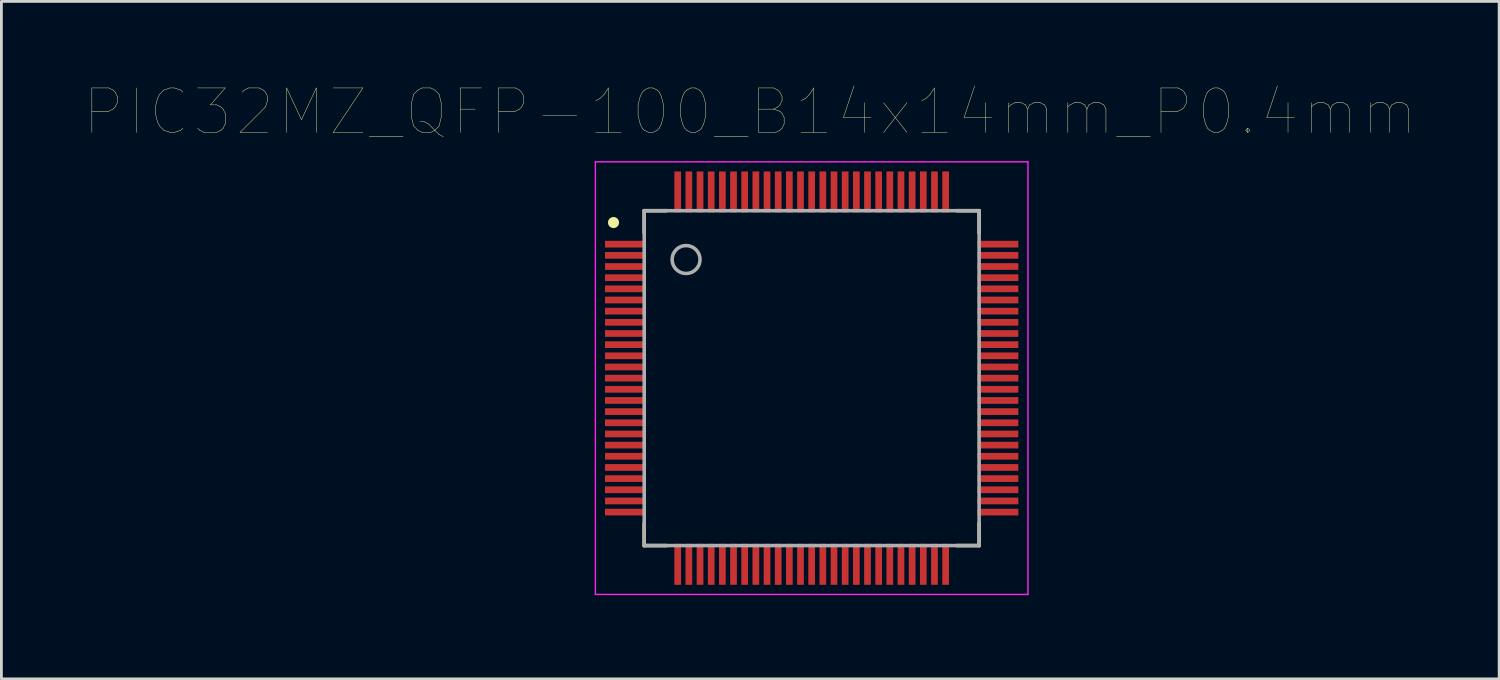
<source format=kicad_pcb>
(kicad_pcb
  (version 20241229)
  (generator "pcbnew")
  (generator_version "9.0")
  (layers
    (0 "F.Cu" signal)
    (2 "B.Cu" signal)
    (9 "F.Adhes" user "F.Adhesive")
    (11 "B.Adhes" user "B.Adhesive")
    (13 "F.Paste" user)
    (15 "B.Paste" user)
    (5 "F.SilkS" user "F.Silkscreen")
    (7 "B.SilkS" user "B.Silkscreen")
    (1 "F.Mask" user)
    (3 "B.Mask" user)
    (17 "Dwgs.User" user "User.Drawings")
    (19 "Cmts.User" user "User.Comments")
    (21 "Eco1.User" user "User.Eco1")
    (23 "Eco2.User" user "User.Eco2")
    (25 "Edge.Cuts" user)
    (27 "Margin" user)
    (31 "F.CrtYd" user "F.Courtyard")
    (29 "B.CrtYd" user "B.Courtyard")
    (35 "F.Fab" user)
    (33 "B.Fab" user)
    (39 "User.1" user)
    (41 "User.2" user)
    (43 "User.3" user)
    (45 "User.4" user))
  (footprint "PIC32MZ_QFP-100_B14x14mm_P0.4mm"
    (layer "F.Cu")
    (at 26.033 10.499)
    (property "Reference" "PIC32MZ_QFP-100_B14x14mm_P0.4mm" (at -2.2 -9.541 0) (layer "F.SilkS") (effects (font (size 1.593 1.593) (thickness 0.015))))
    (attr through_hole)
    (fp_line (start -6 -6) (end -6 -5.2) (stroke (width 0.127) (type solid)) (layer "F.SilkS"))
    (fp_line (start -6 -6) (end -5.2 -6) (stroke (width 0.127) (type solid)) (layer "F.SilkS"))
    (fp_line (start -6 6) (end -6 5.2) (stroke (width 0.127) (type solid)) (layer "F.SilkS"))
    (fp_line (start -6 6) (end -5.2 6) (stroke (width 0.127) (type solid)) (layer "F.SilkS"))
    (fp_line (start 6 -6) (end 5.2 -6) (stroke (width 0.127) (type solid)) (layer "F.SilkS"))
    (fp_line (start 6 -6) (end 6 -5.2) (stroke (width 0.127) (type solid)) (layer "F.SilkS"))
    (fp_line (start 6 6) (end 5.2 6) (stroke (width 0.127) (type solid)) (layer "F.SilkS"))
    (fp_line (start 6 6) (end 6 5.2) (stroke (width 0.127) (type solid)) (layer "F.SilkS"))
    (fp_circle (center -7.1 -5.575) (end -7 -5.575) (stroke (width 0.2) (type solid)) (fill no) (layer "F.SilkS"))
    (fp_line (start -7.75 -7.75) (end 7.75 -7.75) (stroke (width 0.05) (type solid)) (layer "F.CrtYd"))
    (fp_line (start -7.75 7.75) (end -7.75 -7.75) (stroke (width 0.05) (type solid)) (layer "F.CrtYd"))
    (fp_line (start 7.75 -7.75) (end 7.75 7.75) (stroke (width 0.05) (type solid)) (layer "F.CrtYd"))
    (fp_line (start 7.75 7.75) (end -7.75 7.75) (stroke (width 0.05) (type solid)) (layer "F.CrtYd"))
    (fp_line (start -6 -6) (end -6 6) (stroke (width 0.127) (type solid)) (layer "F.Fab"))
    (fp_line (start -6 6) (end 6 6) (stroke (width 0.127) (type solid)) (layer "F.Fab"))
    (fp_line (start 6 -6) (end -6 -6) (stroke (width 0.127) (type solid)) (layer "F.Fab"))
    (fp_line (start 6 6) (end 6 -6) (stroke (width 0.127) (type solid)) (layer "F.Fab"))
    (fp_circle (center -4.5 -4.25) (end -4 -4.25) (stroke (width 0.127) (type solid)) (fill no) (layer "F.Fab"))
    (pad "1" smd rect (at -6.67 -4.8) (size 1.47 0.24) (layers "F.Cu" "F.Mask" "F.Paste"))
    (pad "2" smd rect (at -6.67 -4.4) (size 1.47 0.24) (layers "F.Cu" "F.Mask" "F.Paste"))
    (pad "3" smd rect (at -6.67 -4) (size 1.47 0.24) (layers "F.Cu" "F.Mask" "F.Paste"))
    (pad "4" smd rect (at -6.67 -3.6) (size 1.47 0.24) (layers "F.Cu" "F.Mask" "F.Paste"))
    (pad "5" smd rect (at -6.67 -3.2) (size 1.47 0.24) (layers "F.Cu" "F.Mask" "F.Paste"))
    (pad "6" smd rect (at -6.67 -2.8) (size 1.47 0.24) (layers "F.Cu" "F.Mask" "F.Paste"))
    (pad "7" smd rect (at -6.67 -2.4) (size 1.47 0.24) (layers "F.Cu" "F.Mask" "F.Paste"))
    (pad "8" smd rect (at -6.67 -2) (size 1.47 0.24) (layers "F.Cu" "F.Mask" "F.Paste"))
    (pad "9" smd rect (at -6.67 -1.6) (size 1.47 0.24) (layers "F.Cu" "F.Mask" "F.Paste"))
    (pad "10" smd rect (at -6.67 -1.2) (size 1.47 0.24) (layers "F.Cu" "F.Mask" "F.Paste"))
    (pad "11" smd rect (at -6.67 -0.8) (size 1.47 0.24) (layers "F.Cu" "F.Mask" "F.Paste"))
    (pad "12" smd rect (at -6.67 -0.4) (size 1.47 0.24) (layers "F.Cu" "F.Mask" "F.Paste"))
    (pad "13" smd rect (at -6.67 0) (size 1.47 0.24) (layers "F.Cu" "F.Mask" "F.Paste"))
    (pad "14" smd rect (at -6.67 0.4) (size 1.47 0.24) (layers "F.Cu" "F.Mask" "F.Paste"))
    (pad "15" smd rect (at -6.67 0.8) (size 1.47 0.24) (layers "F.Cu" "F.Mask" "F.Paste"))
    (pad "16" smd rect (at -6.67 1.2) (size 1.47 0.24) (layers "F.Cu" "F.Mask" "F.Paste"))
    (pad "17" smd rect (at -6.67 1.6) (size 1.47 0.24) (layers "F.Cu" "F.Mask" "F.Paste"))
    (pad "18" smd rect (at -6.67 2) (size 1.47 0.24) (layers "F.Cu" "F.Mask" "F.Paste"))
    (pad "19" smd rect (at -6.67 2.4) (size 1.47 0.24) (layers "F.Cu" "F.Mask" "F.Paste"))
    (pad "20" smd rect (at -6.67 2.8) (size 1.47 0.24) (layers "F.Cu" "F.Mask" "F.Paste"))
    (pad "21" smd rect (at -6.67 3.2) (size 1.47 0.24) (layers "F.Cu" "F.Mask" "F.Paste"))
    (pad "22" smd rect (at -6.67 3.6) (size 1.47 0.24) (layers "F.Cu" "F.Mask" "F.Paste"))
    (pad "23" smd rect (at -6.67 4) (size 1.47 0.24) (layers "F.Cu" "F.Mask" "F.Paste"))
    (pad "24" smd rect (at -6.67 4.4) (size 1.47 0.24) (layers "F.Cu" "F.Mask" "F.Paste"))
    (pad "25" smd rect (at -6.67 4.8) (size 1.47 0.24) (layers "F.Cu" "F.Mask" "F.Paste"))
    (pad "26" smd rect (at -4.8 6.67) (size 0.24 1.47) (layers "F.Cu" "F.Mask" "F.Paste"))
    (pad "27" smd rect (at -4.4 6.67) (size 0.24 1.47) (layers "F.Cu" "F.Mask" "F.Paste"))
    (pad "28" smd rect (at -4 6.67) (size 0.24 1.47) (layers "F.Cu" "F.Mask" "F.Paste"))
    (pad "29" smd rect (at -3.6 6.67) (size 0.24 1.47) (layers "F.Cu" "F.Mask" "F.Paste"))
    (pad "30" smd rect (at -3.2 6.67) (size 0.24 1.47) (layers "F.Cu" "F.Mask" "F.Paste"))
    (pad "31" smd rect (at -2.8 6.67) (size 0.24 1.47) (layers "F.Cu" "F.Mask" "F.Paste"))
    (pad "32" smd rect (at -2.4 6.67) (size 0.24 1.47) (layers "F.Cu" "F.Mask" "F.Paste"))
    (pad "33" smd rect (at -2 6.67) (size 0.24 1.47) (layers "F.Cu" "F.Mask" "F.Paste"))
    (pad "34" smd rect (at -1.6 6.67) (size 0.24 1.47) (layers "F.Cu" "F.Mask" "F.Paste"))
    (pad "35" smd rect (at -1.2 6.67) (size 0.24 1.47) (layers "F.Cu" "F.Mask" "F.Paste"))
    (pad "36" smd rect (at -0.8 6.67) (size 0.24 1.47) (layers "F.Cu" "F.Mask" "F.Paste"))
    (pad "37" smd rect (at -0.4 6.67) (size 0.24 1.47) (layers "F.Cu" "F.Mask" "F.Paste"))
    (pad "38" smd rect (at 0 6.67) (size 0.24 1.47) (layers "F.Cu" "F.Mask" "F.Paste"))
    (pad "39" smd rect (at 0.4 6.67) (size 0.24 1.47) (layers "F.Cu" "F.Mask" "F.Paste"))
    (pad "40" smd rect (at 0.8 6.67) (size 0.24 1.47) (layers "F.Cu" "F.Mask" "F.Paste"))
    (pad "41" smd rect (at 1.2 6.67) (size 0.24 1.47) (layers "F.Cu" "F.Mask" "F.Paste"))
    (pad "42" smd rect (at 1.6 6.67) (size 0.24 1.47) (layers "F.Cu" "F.Mask" "F.Paste"))
    (pad "43" smd rect (at 2 6.67) (size 0.24 1.47) (layers "F.Cu" "F.Mask" "F.Paste"))
    (pad "44" smd rect (at 2.4 6.67) (size 0.24 1.47) (layers "F.Cu" "F.Mask" "F.Paste"))
    (pad "45" smd rect (at 2.8 6.67) (size 0.24 1.47) (layers "F.Cu" "F.Mask" "F.Paste"))
    (pad "46" smd rect (at 3.2 6.67) (size 0.24 1.47) (layers "F.Cu" "F.Mask" "F.Paste"))
    (pad "47" smd rect (at 3.6 6.67) (size 0.24 1.47) (layers "F.Cu" "F.Mask" "F.Paste"))
    (pad "48" smd rect (at 4 6.67) (size 0.24 1.47) (layers "F.Cu" "F.Mask" "F.Paste"))
    (pad "49" smd rect (at 4.4 6.67) (size 0.24 1.47) (layers "F.Cu" "F.Mask" "F.Paste"))
    (pad "50" smd rect (at 4.8 6.67) (size 0.24 1.47) (layers "F.Cu" "F.Mask" "F.Paste"))
    (pad "51" smd rect (at 6.67 4.8) (size 1.47 0.24) (layers "F.Cu" "F.Mask" "F.Paste"))
    (pad "52" smd rect (at 6.67 4.4) (size 1.47 0.24) (layers "F.Cu" "F.Mask" "F.Paste"))
    (pad "53" smd rect (at 6.67 4) (size 1.47 0.24) (layers "F.Cu" "F.Mask" "F.Paste"))
    (pad "54" smd rect (at 6.67 3.6) (size 1.47 0.24) (layers "F.Cu" "F.Mask" "F.Paste"))
    (pad "55" smd rect (at 6.67 3.2) (size 1.47 0.24) (layers "F.Cu" "F.Mask" "F.Paste"))
    (pad "56" smd rect (at 6.67 2.8) (size 1.47 0.24) (layers "F.Cu" "F.Mask" "F.Paste"))
    (pad "57" smd rect (at 6.67 2.4) (size 1.47 0.24) (layers "F.Cu" "F.Mask" "F.Paste"))
    (pad "58" smd rect (at 6.67 2) (size 1.47 0.24) (layers "F.Cu" "F.Mask" "F.Paste"))
    (pad "59" smd rect (at 6.67 1.6) (size 1.47 0.24) (layers "F.Cu" "F.Mask" "F.Paste"))
    (pad "60" smd rect (at 6.67 1.2) (size 1.47 0.24) (layers "F.Cu" "F.Mask" "F.Paste"))
    (pad "61" smd rect (at 6.67 0.8) (size 1.47 0.24) (layers "F.Cu" "F.Mask" "F.Paste"))
    (pad "62" smd rect (at 6.67 0.4) (size 1.47 0.24) (layers "F.Cu" "F.Mask" "F.Paste"))
    (pad "63" smd rect (at 6.67 0) (size 1.47 0.24) (layers "F.Cu" "F.Mask" "F.Paste"))
    (pad "64" smd rect (at 6.67 -0.4) (size 1.47 0.24) (layers "F.Cu" "F.Mask" "F.Paste"))
    (pad "65" smd rect (at 6.67 -0.8) (size 1.47 0.24) (layers "F.Cu" "F.Mask" "F.Paste"))
    (pad "66" smd rect (at 6.67 -1.2) (size 1.47 0.24) (layers "F.Cu" "F.Mask" "F.Paste"))
    (pad "67" smd rect (at 6.67 -1.6) (size 1.47 0.24) (layers "F.Cu" "F.Mask" "F.Paste"))
    (pad "68" smd rect (at 6.67 -2) (size 1.47 0.24) (layers "F.Cu" "F.Mask" "F.Paste"))
    (pad "69" smd rect (at 6.67 -2.4) (size 1.47 0.24) (layers "F.Cu" "F.Mask" "F.Paste"))
    (pad "70" smd rect (at 6.67 -2.8) (size 1.47 0.24) (layers "F.Cu" "F.Mask" "F.Paste"))
    (pad "71" smd rect (at 6.67 -3.2) (size 1.47 0.24) (layers "F.Cu" "F.Mask" "F.Paste"))
    (pad "72" smd rect (at 6.67 -3.6) (size 1.47 0.24) (layers "F.Cu" "F.Mask" "F.Paste"))
    (pad "73" smd rect (at 6.67 -4) (size 1.47 0.24) (layers "F.Cu" "F.Mask" "F.Paste"))
    (pad "74" smd rect (at 6.67 -4.4) (size 1.47 0.24) (layers "F.Cu" "F.Mask" "F.Paste"))
    (pad "75" smd rect (at 6.67 -4.8) (size 1.47 0.24) (layers "F.Cu" "F.Mask" "F.Paste"))
    (pad "76" smd rect (at 4.8 -6.67) (size 0.24 1.47) (layers "F.Cu" "F.Mask" "F.Paste"))
    (pad "77" smd rect (at 4.4 -6.67) (size 0.24 1.47) (layers "F.Cu" "F.Mask" "F.Paste"))
    (pad "78" smd rect (at 4 -6.67) (size 0.24 1.47) (layers "F.Cu" "F.Mask" "F.Paste"))
    (pad "79" smd rect (at 3.6 -6.67) (size 0.24 1.47) (layers "F.Cu" "F.Mask" "F.Paste"))
    (pad "80" smd rect (at 3.2 -6.67) (size 0.24 1.47) (layers "F.Cu" "F.Mask" "F.Paste"))
    (pad "81" smd rect (at 2.8 -6.67) (size 0.24 1.47) (layers "F.Cu" "F.Mask" "F.Paste"))
    (pad "82" smd rect (at 2.4 -6.67) (size 0.24 1.47) (layers "F.Cu" "F.Mask" "F.Paste"))
    (pad "83" smd rect (at 2 -6.67) (size 0.24 1.47) (layers "F.Cu" "F.Mask" "F.Paste"))
    (pad "84" smd rect (at 1.6 -6.67) (size 0.24 1.47) (layers "F.Cu" "F.Mask" "F.Paste"))
    (pad "85" smd rect (at 1.2 -6.67) (size 0.24 1.47) (layers "F.Cu" "F.Mask" "F.Paste"))
    (pad "86" smd rect (at 0.8 -6.67) (size 0.24 1.47) (layers "F.Cu" "F.Mask" "F.Paste"))
    (pad "87" smd rect (at 0.4 -6.67) (size 0.24 1.47) (layers "F.Cu" "F.Mask" "F.Paste"))
    (pad "88" smd rect (at 0 -6.67) (size 0.24 1.47) (layers "F.Cu" "F.Mask" "F.Paste"))
    (pad "89" smd rect (at -0.4 -6.67) (size 0.24 1.47) (layers "F.Cu" "F.Mask" "F.Paste"))
    (pad "90" smd rect (at -0.8 -6.67) (size 0.24 1.47) (layers "F.Cu" "F.Mask" "F.Paste"))
    (pad "91" smd rect (at -1.2 -6.67) (size 0.24 1.47) (layers "F.Cu" "F.Mask" "F.Paste"))
    (pad "92" smd rect (at -1.6 -6.67) (size 0.24 1.47) (layers "F.Cu" "F.Mask" "F.Paste"))
    (pad "93" smd rect (at -2 -6.67) (size 0.24 1.47) (layers "F.Cu" "F.Mask" "F.Paste"))
    (pad "94" smd rect (at -2.4 -6.67) (size 0.24 1.47) (layers "F.Cu" "F.Mask" "F.Paste"))
    (pad "95" smd rect (at -2.8 -6.67) (size 0.24 1.47) (layers "F.Cu" "F.Mask" "F.Paste"))
    (pad "96" smd rect (at -3.2 -6.67) (size 0.24 1.47) (layers "F.Cu" "F.Mask" "F.Paste"))
    (pad "97" smd rect (at -3.6 -6.67) (size 0.24 1.47) (layers "F.Cu" "F.Mask" "F.Paste"))
    (pad "98" smd rect (at -4 -6.67) (size 0.24 1.47) (layers "F.Cu" "F.Mask" "F.Paste"))
    (pad "99" smd rect (at -4.4 -6.67) (size 0.24 1.47) (layers "F.Cu" "F.Mask" "F.Paste"))
    (pad "100" smd rect (at -4.8 -6.67) (size 0.24 1.47) (layers "F.Cu" "F.Mask" "F.Paste")))
  (gr_rect
    (start -3 -3)
    (end 50.666 21.274)
    (stroke (width 0.1) (type default))
    (fill no)
    (layer "Edge.Cuts")))
</source>
